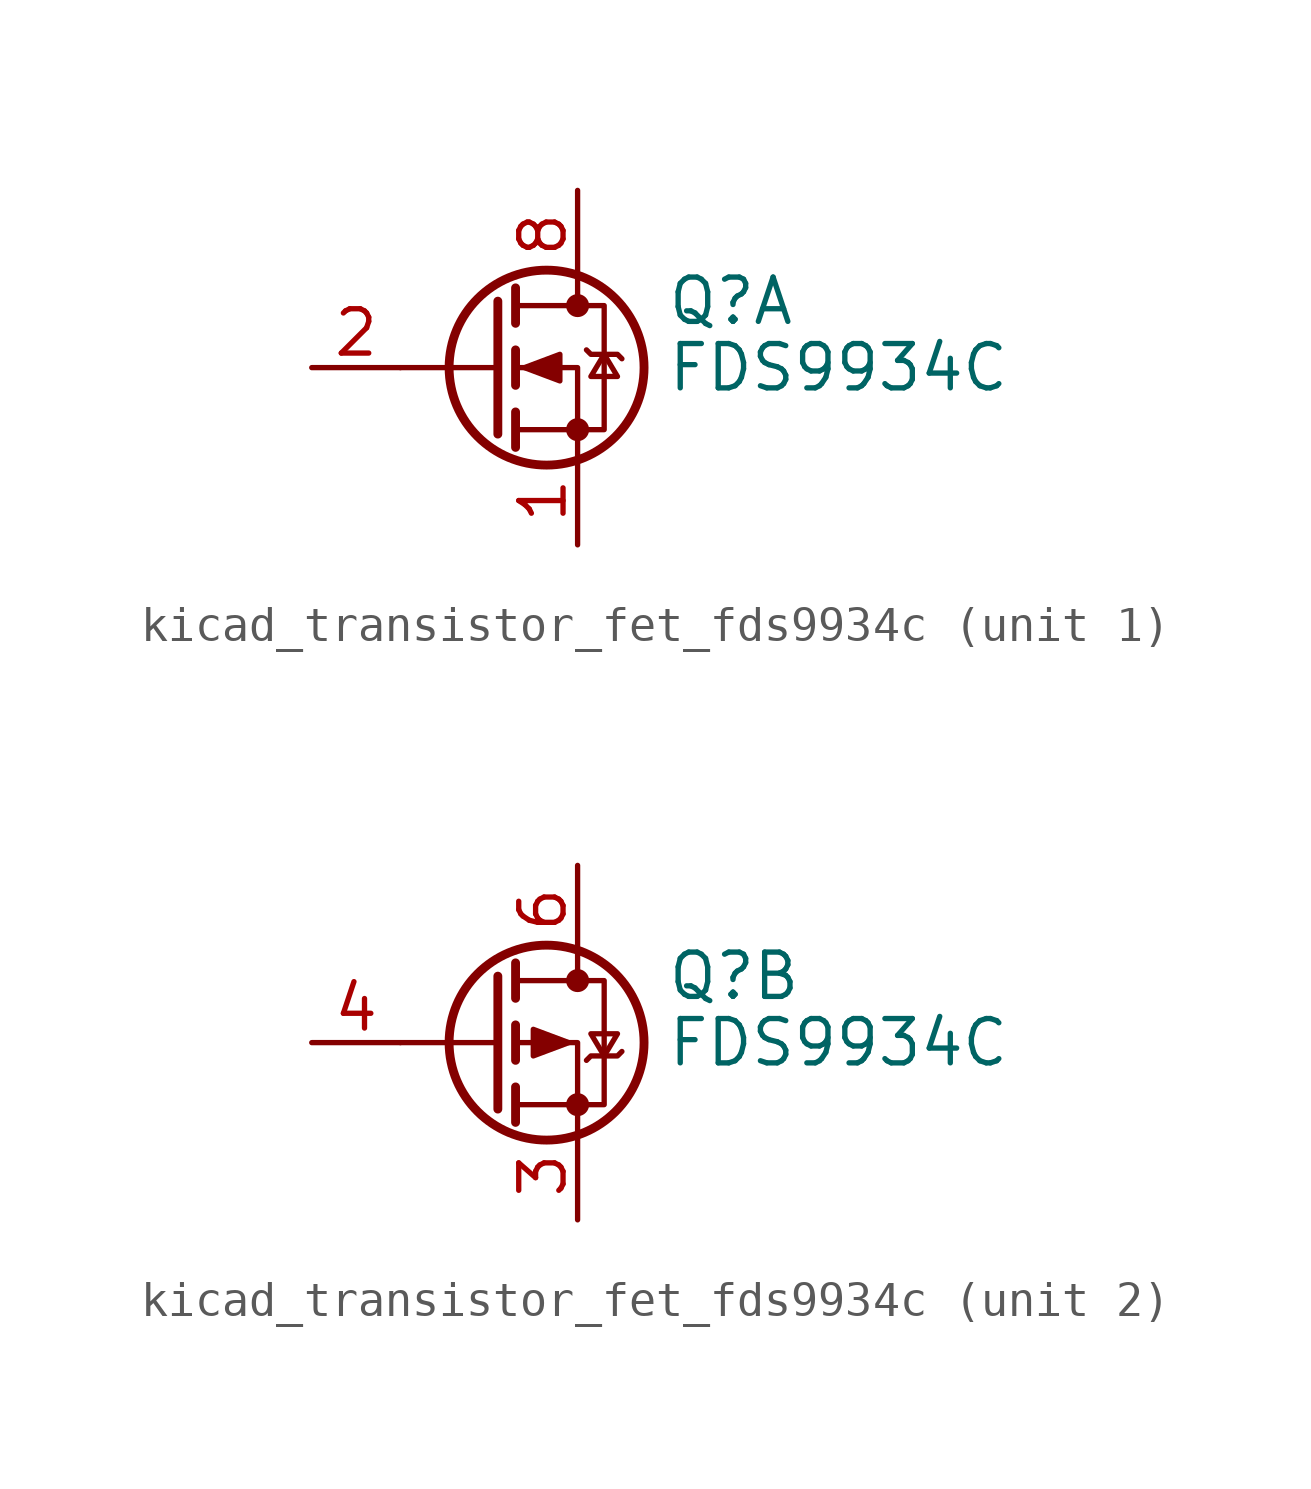
<source format=kicad_sym>
(kicad_symbol_lib
  (version 20220914)
  (generator kicad_symbol_editor)
  (symbol "kicad_transistor_fet_fds9934c"
    (pin_names hide)
    (property "Reference" "Q"
      (at 5.08 1.905 0)
      (effects (font (size 1.27 1.27)) (justify left)))
    (property "Value" "FDS9934C"
      (at 5.08 0 0)
      (effects (font (size 1.27 1.27)) (justify left)))
    (symbol "kicad_transistor_fet_fds9934c_0_1"
      (polyline (pts (xy 0.254 0) (xy -2.54 0)) (stroke (width 0) (type default)) (fill (type none)))
      (polyline (pts (xy 0.254 1.905) (xy 0.254 -1.905)) (stroke (width 0.254) (type default)) (fill (type none)))
      (polyline (pts (xy 0.762 -1.27) (xy 0.762 -2.286)) (stroke (width 0.254) (type default)) (fill (type none)))
      (polyline (pts (xy 0.762 0.508) (xy 0.762 -0.508)) (stroke (width 0.254) (type default)) (fill (type none)))
      (polyline (pts (xy 0.762 2.286) (xy 0.762 1.27)) (stroke (width 0.254) (type default)) (fill (type none)))
      (polyline (pts (xy 2.54 2.54) (xy 2.54 1.778)) (stroke (width 0) (type default)) (fill (type none)))
      (polyline (pts (xy 2.54 -2.54) (xy 2.54 0) (xy 0.762 0)) (stroke (width 0) (type default)) (fill (type none)))
      (polyline (pts (xy 0.762 -1.778) (xy 3.302 -1.778) (xy 3.302 1.778) (xy 0.762 1.778)) (stroke (width 0) (type default)) (fill (type none)))
      (circle (center 1.651 0) (radius 2.794) (stroke (width 0.254) (type default)) (fill (type none)))
      (circle (center 2.54 -1.778) (radius 0.254) (stroke (width 0) (type default)) (fill (type outline)))
      (circle (center 2.54 1.778) (radius 0.254) (stroke (width 0) (type default)) (fill (type outline))))
    (symbol "kicad_transistor_fet_fds9934c_1_1"
      (polyline (pts (xy 1.016 0) (xy 2.032 0.381) (xy 2.032 -0.381) (xy 1.016 0)) (stroke (width 0) (type default)) (fill (type outline)))
      (polyline (pts (xy 2.794 0.508) (xy 2.921 0.381) (xy 3.683 0.381) (xy 3.81 0.254)) (stroke (width 0) (type default)) (fill (type none)))
      (polyline (pts (xy 3.302 0.381) (xy 2.921 -0.254) (xy 3.683 -0.254) (xy 3.302 0.381)) (stroke (width 0) (type default)) (fill (type none)))
      (pin passive line (at 2.54 -5.08 90) (length 2.54) (name "S" (effects (font (size 1.27 1.27)))) (number "1" (effects (font (size 1.27 1.27)))))
      (pin input line (at -5.08 0 0) (length 2.54) (name "G" (effects (font (size 1.27 1.27)))) (number "2" (effects (font (size 1.27 1.27)))))
      (pin passive line (at 2.54 5.08 270) (length 2.54) hide (name "D" (effects (font (size 1.27 1.27)))) (number "7" (effects (font (size 1.27 1.27)))))
      (pin passive line (at 2.54 5.08 270) (length 2.54) (name "D" (effects (font (size 1.27 1.27)))) (number "8" (effects (font (size 1.27 1.27))))))
    (symbol "kicad_transistor_fet_fds9934c_2_1"
      (polyline (pts (xy 2.286 0) (xy 1.27 0.381) (xy 1.27 -0.381) (xy 2.286 0)) (stroke (width 0) (type default)) (fill (type outline)))
      (polyline (pts (xy 2.794 -0.508) (xy 2.921 -0.381) (xy 3.683 -0.381) (xy 3.81 -0.254)) (stroke (width 0) (type default)) (fill (type none)))
      (polyline (pts (xy 3.302 -0.381) (xy 2.921 0.254) (xy 3.683 0.254) (xy 3.302 -0.381)) (stroke (width 0) (type default)) (fill (type none)))
      (pin passive line (at 2.54 -5.08 90) (length 2.54) (name "1" (effects (font (size 1.27 1.27)))) (number "3" (effects (font (size 1.27 1.27)))))
      (pin input line (at -5.08 0 0) (length 2.54) (name "G" (effects (font (size 1.27 1.27)))) (number "4" (effects (font (size 1.27 1.27)))))
      (pin passive line (at 2.54 5.08 270) (length 2.54) hide (name "D" (effects (font (size 1.27 1.27)))) (number "5" (effects (font (size 1.27 1.27)))))
      (pin passive line (at 2.54 5.08 270) (length 2.54) (name "D" (effects (font (size 1.27 1.27)))) (number "6" (effects (font (size 1.27 1.27))))))))
</source>
